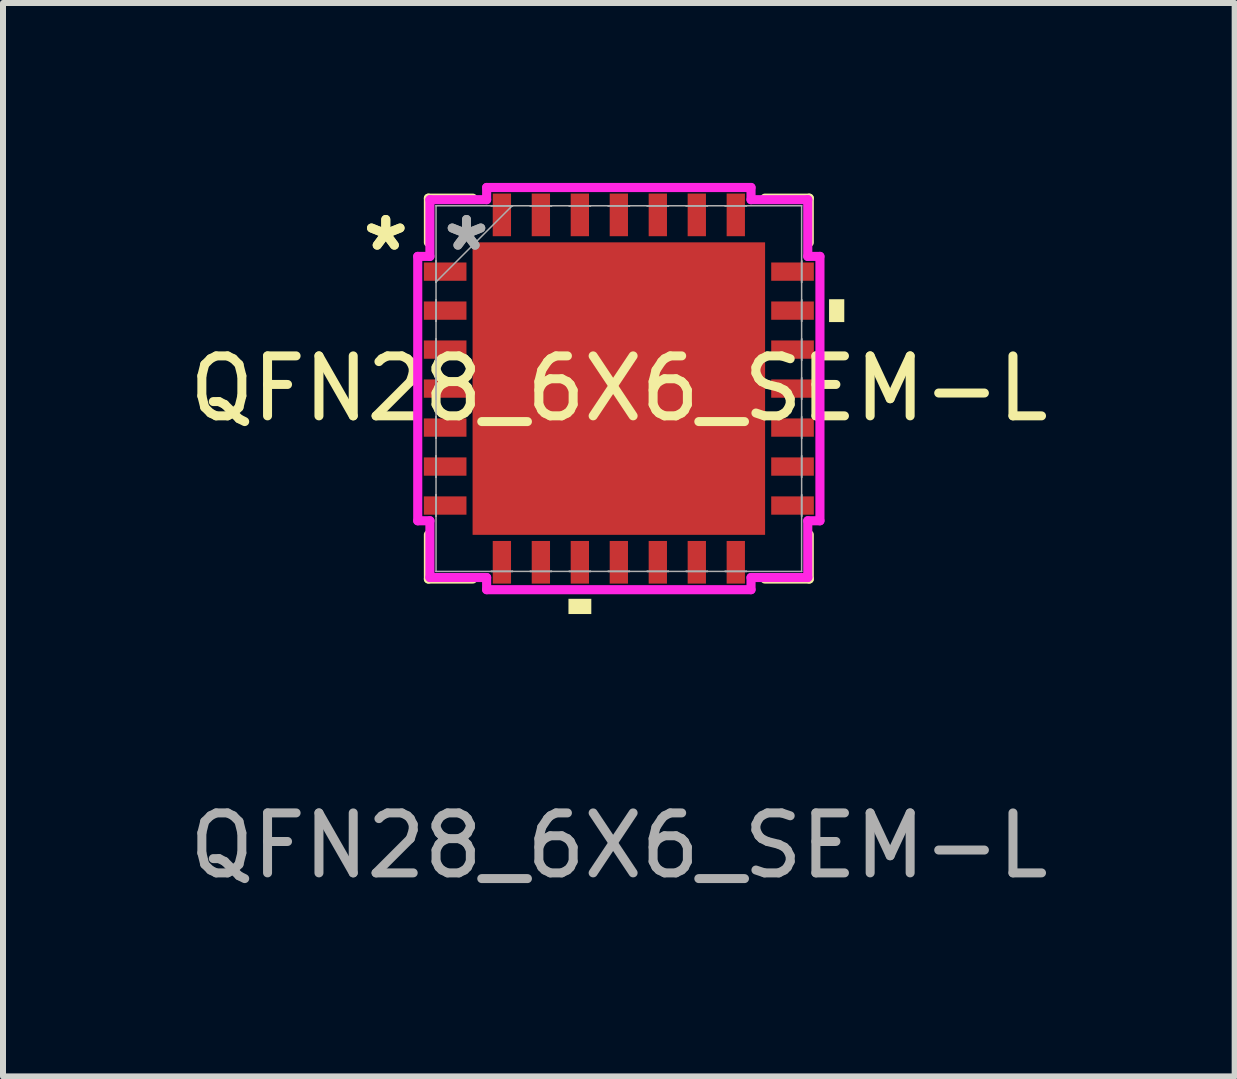
<source format=kicad_pcb>
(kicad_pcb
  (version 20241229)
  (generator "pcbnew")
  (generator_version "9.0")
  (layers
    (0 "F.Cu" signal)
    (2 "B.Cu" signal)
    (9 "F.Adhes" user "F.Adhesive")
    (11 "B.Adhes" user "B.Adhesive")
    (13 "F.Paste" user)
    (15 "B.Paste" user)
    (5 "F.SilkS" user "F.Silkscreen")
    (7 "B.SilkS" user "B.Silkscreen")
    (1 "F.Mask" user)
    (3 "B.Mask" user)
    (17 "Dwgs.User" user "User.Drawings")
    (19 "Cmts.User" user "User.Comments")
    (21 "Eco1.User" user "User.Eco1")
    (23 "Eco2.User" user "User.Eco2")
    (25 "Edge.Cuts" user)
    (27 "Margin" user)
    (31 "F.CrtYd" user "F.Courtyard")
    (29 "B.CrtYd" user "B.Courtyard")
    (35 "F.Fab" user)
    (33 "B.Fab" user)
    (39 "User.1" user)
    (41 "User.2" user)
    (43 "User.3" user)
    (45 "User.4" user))
  (footprint "QFN28_6X6_SEM-L"
    (layer "F.Cu")
    (at 7.268 3.429)
    (property "Reference" "QFN28_6X6_SEM-L" (at 0 0 0) (unlocked yes) (layer "F.SilkS") (effects (font (size 1 1) (thickness 0.15))))
    (attr smd)
    (fp_line (start -3.175 -3.175) (end -3.175 -2.435) (stroke (width 0.152) (type solid)) (layer "F.SilkS"))
    (fp_line (start -3.175 2.435) (end -3.175 3.175) (stroke (width 0.152) (type solid)) (layer "F.SilkS"))
    (fp_line (start -3.175 3.175) (end -2.435 3.175) (stroke (width 0.152) (type solid)) (layer "F.SilkS"))
    (fp_line (start -2.435 -3.175) (end -3.175 -3.175) (stroke (width 0.152) (type solid)) (layer "F.SilkS"))
    (fp_line (start 2.435 3.175) (end 3.175 3.175) (stroke (width 0.152) (type solid)) (layer "F.SilkS"))
    (fp_line (start 3.175 -3.175) (end 2.435 -3.175) (stroke (width 0.152) (type solid)) (layer "F.SilkS"))
    (fp_line (start 3.175 -2.435) (end 3.175 -3.175) (stroke (width 0.152) (type solid)) (layer "F.SilkS"))
    (fp_line (start 3.175 3.175) (end 3.175 2.435) (stroke (width 0.152) (type solid)) (layer "F.SilkS"))
    (fp_poly (pts (xy -0.84 3.505) (xy -0.84 3.759) (xy -0.459 3.759) (xy -0.459 3.505)) (stroke (width 0) (type solid)) (fill yes) (layer "F.SilkS"))
    (fp_poly (pts (xy 3.759 -1.49) (xy 3.759 -1.109) (xy 3.505 -1.109) (xy 3.505 -1.49)) (stroke (width 0) (type solid)) (fill yes) (layer "F.SilkS"))
    (fp_poly (pts (xy -2.338 -2.338) (xy -2.338 -0.913) (xy -0.913 -0.913) (xy -0.913 -2.338)) (stroke (width 0) (type solid)) (fill yes) (layer "F.Paste"))
    (fp_poly (pts (xy -2.338 -0.713) (xy -2.338 0.713) (xy -0.913 0.713) (xy -0.913 -0.713)) (stroke (width 0) (type solid)) (fill yes) (layer "F.Paste"))
    (fp_poly (pts (xy -2.338 0.913) (xy -2.338 2.338) (xy -0.913 2.338) (xy -0.913 0.913)) (stroke (width 0) (type solid)) (fill yes) (layer "F.Paste"))
    (fp_poly (pts (xy -0.713 -2.338) (xy -0.713 -0.913) (xy 0.713 -0.913) (xy 0.713 -2.338)) (stroke (width 0) (type solid)) (fill yes) (layer "F.Paste"))
    (fp_poly (pts (xy -0.713 -0.713) (xy -0.713 0.713) (xy 0.713 0.713) (xy 0.713 -0.713)) (stroke (width 0) (type solid)) (fill yes) (layer "F.Paste"))
    (fp_poly (pts (xy -0.713 0.913) (xy -0.713 2.338) (xy 0.713 2.338) (xy 0.713 0.913)) (stroke (width 0) (type solid)) (fill yes) (layer "F.Paste"))
    (fp_poly (pts (xy 0.913 -2.338) (xy 0.913 -0.913) (xy 2.338 -0.913) (xy 2.338 -2.338)) (stroke (width 0) (type solid)) (fill yes) (layer "F.Paste"))
    (fp_poly (pts (xy 0.913 -0.713) (xy 0.913 0.713) (xy 2.338 0.713) (xy 2.338 -0.713)) (stroke (width 0) (type solid)) (fill yes) (layer "F.Paste"))
    (fp_poly (pts (xy 0.913 0.913) (xy 0.913 2.338) (xy 2.338 2.338) (xy 2.338 0.913)) (stroke (width 0) (type solid)) (fill yes) (layer "F.Paste"))
    (fp_line (start -3.353 -2.204) (end -3.15 -2.204) (stroke (width 0.152) (type solid)) (layer "F.CrtYd"))
    (fp_line (start -3.353 2.204) (end -3.353 -2.204) (stroke (width 0.152) (type solid)) (layer "F.CrtYd"))
    (fp_line (start -3.15 -3.15) (end -2.204 -3.15) (stroke (width 0.152) (type solid)) (layer "F.CrtYd"))
    (fp_line (start -3.15 -2.204) (end -3.15 -3.15) (stroke (width 0.152) (type solid)) (layer "F.CrtYd"))
    (fp_line (start -3.15 2.204) (end -3.353 2.204) (stroke (width 0.152) (type solid)) (layer "F.CrtYd"))
    (fp_line (start -3.15 3.15) (end -3.15 2.204) (stroke (width 0.152) (type solid)) (layer "F.CrtYd"))
    (fp_line (start -2.204 -3.353) (end 2.204 -3.353) (stroke (width 0.152) (type solid)) (layer "F.CrtYd"))
    (fp_line (start -2.204 -3.15) (end -2.204 -3.353) (stroke (width 0.152) (type solid)) (layer "F.CrtYd"))
    (fp_line (start -2.204 3.15) (end -3.15 3.15) (stroke (width 0.152) (type solid)) (layer "F.CrtYd"))
    (fp_line (start -2.204 3.353) (end -2.204 3.15) (stroke (width 0.152) (type solid)) (layer "F.CrtYd"))
    (fp_line (start 2.204 -3.353) (end 2.204 -3.15) (stroke (width 0.152) (type solid)) (layer "F.CrtYd"))
    (fp_line (start 2.204 -3.15) (end 3.15 -3.15) (stroke (width 0.152) (type solid)) (layer "F.CrtYd"))
    (fp_line (start 2.204 3.15) (end 2.204 3.353) (stroke (width 0.152) (type solid)) (layer "F.CrtYd"))
    (fp_line (start 2.204 3.353) (end -2.204 3.353) (stroke (width 0.152) (type solid)) (layer "F.CrtYd"))
    (fp_line (start 3.15 -3.15) (end 3.15 -2.204) (stroke (width 0.152) (type solid)) (layer "F.CrtYd"))
    (fp_line (start 3.15 -2.204) (end 3.353 -2.204) (stroke (width 0.152) (type solid)) (layer "F.CrtYd"))
    (fp_line (start 3.15 2.204) (end 3.15 3.15) (stroke (width 0.152) (type solid)) (layer "F.CrtYd"))
    (fp_line (start 3.15 3.15) (end 2.204 3.15) (stroke (width 0.152) (type solid)) (layer "F.CrtYd"))
    (fp_line (start 3.353 -2.204) (end 3.353 2.204) (stroke (width 0.152) (type solid)) (layer "F.CrtYd"))
    (fp_line (start 3.353 2.204) (end 3.15 2.204) (stroke (width 0.152) (type solid)) (layer "F.CrtYd"))
    (fp_line (start -3.048 -3.048) (end -3.048 -3.048) (stroke (width 0.025) (type solid)) (layer "F.Fab"))
    (fp_line (start -3.048 -3.048) (end -3.048 3.048) (stroke (width 0.025) (type solid)) (layer "F.Fab"))
    (fp_line (start -3.048 -2.128) (end -3.048 -2.128) (stroke (width 0.025) (type solid)) (layer "F.Fab"))
    (fp_line (start -3.048 -2.128) (end -3.048 -1.772) (stroke (width 0.025) (type solid)) (layer "F.Fab"))
    (fp_line (start -3.048 -1.778) (end -1.778 -3.048) (stroke (width 0.025) (type solid)) (layer "F.Fab"))
    (fp_line (start -3.048 -1.772) (end -3.048 -2.128) (stroke (width 0.025) (type solid)) (layer "F.Fab"))
    (fp_line (start -3.048 -1.772) (end -3.048 -1.772) (stroke (width 0.025) (type solid)) (layer "F.Fab"))
    (fp_line (start -3.048 -1.478) (end -3.048 -1.478) (stroke (width 0.025) (type solid)) (layer "F.Fab"))
    (fp_line (start -3.048 -1.478) (end -3.048 -1.122) (stroke (width 0.025) (type solid)) (layer "F.Fab"))
    (fp_line (start -3.048 -1.122) (end -3.048 -1.478) (stroke (width 0.025) (type solid)) (layer "F.Fab"))
    (fp_line (start -3.048 -1.122) (end -3.048 -1.122) (stroke (width 0.025) (type solid)) (layer "F.Fab"))
    (fp_line (start -3.048 -0.828) (end -3.048 -0.828) (stroke (width 0.025) (type solid)) (layer "F.Fab"))
    (fp_line (start -3.048 -0.828) (end -3.048 -0.472) (stroke (width 0.025) (type solid)) (layer "F.Fab"))
    (fp_line (start -3.048 -0.472) (end -3.048 -0.828) (stroke (width 0.025) (type solid)) (layer "F.Fab"))
    (fp_line (start -3.048 -0.472) (end -3.048 -0.472) (stroke (width 0.025) (type solid)) (layer "F.Fab"))
    (fp_line (start -3.048 -0.178) (end -3.048 -0.178) (stroke (width 0.025) (type solid)) (layer "F.Fab"))
    (fp_line (start -3.048 -0.178) (end -3.048 0.178) (stroke (width 0.025) (type solid)) (layer "F.Fab"))
    (fp_line (start -3.048 0.178) (end -3.048 -0.178) (stroke (width 0.025) (type solid)) (layer "F.Fab"))
    (fp_line (start -3.048 0.178) (end -3.048 0.178) (stroke (width 0.025) (type solid)) (layer "F.Fab"))
    (fp_line (start -3.048 0.472) (end -3.048 0.472) (stroke (width 0.025) (type solid)) (layer "F.Fab"))
    (fp_line (start -3.048 0.472) (end -3.048 0.828) (stroke (width 0.025) (type solid)) (layer "F.Fab"))
    (fp_line (start -3.048 0.828) (end -3.048 0.472) (stroke (width 0.025) (type solid)) (layer "F.Fab"))
    (fp_line (start -3.048 0.828) (end -3.048 0.828) (stroke (width 0.025) (type solid)) (layer "F.Fab"))
    (fp_line (start -3.048 1.122) (end -3.048 1.122) (stroke (width 0.025) (type solid)) (layer "F.Fab"))
    (fp_line (start -3.048 1.122) (end -3.048 1.478) (stroke (width 0.025) (type solid)) (layer "F.Fab"))
    (fp_line (start -3.048 1.478) (end -3.048 1.122) (stroke (width 0.025) (type solid)) (layer "F.Fab"))
    (fp_line (start -3.048 1.478) (end -3.048 1.478) (stroke (width 0.025) (type solid)) (layer "F.Fab"))
    (fp_line (start -3.048 1.772) (end -3.048 1.772) (stroke (width 0.025) (type solid)) (layer "F.Fab"))
    (fp_line (start -3.048 1.772) (end -3.048 2.128) (stroke (width 0.025) (type solid)) (layer "F.Fab"))
    (fp_line (start -3.048 2.128) (end -3.048 1.772) (stroke (width 0.025) (type solid)) (layer "F.Fab"))
    (fp_line (start -3.048 2.128) (end -3.048 2.128) (stroke (width 0.025) (type solid)) (layer "F.Fab"))
    (fp_line (start -3.048 3.048) (end -3.048 3.048) (stroke (width 0.025) (type solid)) (layer "F.Fab"))
    (fp_line (start -3.048 3.048) (end 3.048 3.048) (stroke (width 0.025) (type solid)) (layer "F.Fab"))
    (fp_line (start -2.128 -3.048) (end -2.128 -3.048) (stroke (width 0.025) (type solid)) (layer "F.Fab"))
    (fp_line (start -2.128 -3.048) (end -1.772 -3.048) (stroke (width 0.025) (type solid)) (layer "F.Fab"))
    (fp_line (start -2.128 3.048) (end -2.128 3.048) (stroke (width 0.025) (type solid)) (layer "F.Fab"))
    (fp_line (start -2.128 3.048) (end -1.772 3.048) (stroke (width 0.025) (type solid)) (layer "F.Fab"))
    (fp_line (start -1.772 -3.048) (end -2.128 -3.048) (stroke (width 0.025) (type solid)) (layer "F.Fab"))
    (fp_line (start -1.772 -3.048) (end -1.772 -3.048) (stroke (width 0.025) (type solid)) (layer "F.Fab"))
    (fp_line (start -1.772 3.048) (end -2.128 3.048) (stroke (width 0.025) (type solid)) (layer "F.Fab"))
    (fp_line (start -1.772 3.048) (end -1.772 3.048) (stroke (width 0.025) (type solid)) (layer "F.Fab"))
    (fp_line (start -1.478 -3.048) (end -1.478 -3.048) (stroke (width 0.025) (type solid)) (layer "F.Fab"))
    (fp_line (start -1.478 -3.048) (end -1.122 -3.048) (stroke (width 0.025) (type solid)) (layer "F.Fab"))
    (fp_line (start -1.478 3.048) (end -1.478 3.048) (stroke (width 0.025) (type solid)) (layer "F.Fab"))
    (fp_line (start -1.478 3.048) (end -1.122 3.048) (stroke (width 0.025) (type solid)) (layer "F.Fab"))
    (fp_line (start -1.122 -3.048) (end -1.478 -3.048) (stroke (width 0.025) (type solid)) (layer "F.Fab"))
    (fp_line (start -1.122 -3.048) (end -1.122 -3.048) (stroke (width 0.025) (type solid)) (layer "F.Fab"))
    (fp_line (start -1.122 3.048) (end -1.478 3.048) (stroke (width 0.025) (type solid)) (layer "F.Fab"))
    (fp_line (start -1.122 3.048) (end -1.122 3.048) (stroke (width 0.025) (type solid)) (layer "F.Fab"))
    (fp_line (start -0.828 -3.048) (end -0.828 -3.048) (stroke (width 0.025) (type solid)) (layer "F.Fab"))
    (fp_line (start -0.828 -3.048) (end -0.472 -3.048) (stroke (width 0.025) (type solid)) (layer "F.Fab"))
    (fp_line (start -0.828 3.048) (end -0.828 3.048) (stroke (width 0.025) (type solid)) (layer "F.Fab"))
    (fp_line (start -0.828 3.048) (end -0.472 3.048) (stroke (width 0.025) (type solid)) (layer "F.Fab"))
    (fp_line (start -0.472 -3.048) (end -0.828 -3.048) (stroke (width 0.025) (type solid)) (layer "F.Fab"))
    (fp_line (start -0.472 -3.048) (end -0.472 -3.048) (stroke (width 0.025) (type solid)) (layer "F.Fab"))
    (fp_line (start -0.472 3.048) (end -0.828 3.048) (stroke (width 0.025) (type solid)) (layer "F.Fab"))
    (fp_line (start -0.472 3.048) (end -0.472 3.048) (stroke (width 0.025) (type solid)) (layer "F.Fab"))
    (fp_line (start -0.178 -3.048) (end -0.178 -3.048) (stroke (width 0.025) (type solid)) (layer "F.Fab"))
    (fp_line (start -0.178 -3.048) (end 0.178 -3.048) (stroke (width 0.025) (type solid)) (layer "F.Fab"))
    (fp_line (start -0.178 3.048) (end -0.178 3.048) (stroke (width 0.025) (type solid)) (layer "F.Fab"))
    (fp_line (start -0.178 3.048) (end 0.178 3.048) (stroke (width 0.025) (type solid)) (layer "F.Fab"))
    (fp_line (start 0.178 -3.048) (end -0.178 -3.048) (stroke (width 0.025) (type solid)) (layer "F.Fab"))
    (fp_line (start 0.178 -3.048) (end 0.178 -3.048) (stroke (width 0.025) (type solid)) (layer "F.Fab"))
    (fp_line (start 0.178 3.048) (end -0.178 3.048) (stroke (width 0.025) (type solid)) (layer "F.Fab"))
    (fp_line (start 0.178 3.048) (end 0.178 3.048) (stroke (width 0.025) (type solid)) (layer "F.Fab"))
    (fp_line (start 0.472 -3.048) (end 0.472 -3.048) (stroke (width 0.025) (type solid)) (layer "F.Fab"))
    (fp_line (start 0.472 -3.048) (end 0.828 -3.048) (stroke (width 0.025) (type solid)) (layer "F.Fab"))
    (fp_line (start 0.472 3.048) (end 0.472 3.048) (stroke (width 0.025) (type solid)) (layer "F.Fab"))
    (fp_line (start 0.472 3.048) (end 0.828 3.048) (stroke (width 0.025) (type solid)) (layer "F.Fab"))
    (fp_line (start 0.828 -3.048) (end 0.472 -3.048) (stroke (width 0.025) (type solid)) (layer "F.Fab"))
    (fp_line (start 0.828 -3.048) (end 0.828 -3.048) (stroke (width 0.025) (type solid)) (layer "F.Fab"))
    (fp_line (start 0.828 3.048) (end 0.472 3.048) (stroke (width 0.025) (type solid)) (layer "F.Fab"))
    (fp_line (start 0.828 3.048) (end 0.828 3.048) (stroke (width 0.025) (type solid)) (layer "F.Fab"))
    (fp_line (start 1.122 -3.048) (end 1.122 -3.048) (stroke (width 0.025) (type solid)) (layer "F.Fab"))
    (fp_line (start 1.122 -3.048) (end 1.478 -3.048) (stroke (width 0.025) (type solid)) (layer "F.Fab"))
    (fp_line (start 1.122 3.048) (end 1.122 3.048) (stroke (width 0.025) (type solid)) (layer "F.Fab"))
    (fp_line (start 1.122 3.048) (end 1.478 3.048) (stroke (width 0.025) (type solid)) (layer "F.Fab"))
    (fp_line (start 1.478 -3.048) (end 1.122 -3.048) (stroke (width 0.025) (type solid)) (layer "F.Fab"))
    (fp_line (start 1.478 -3.048) (end 1.478 -3.048) (stroke (width 0.025) (type solid)) (layer "F.Fab"))
    (fp_line (start 1.478 3.048) (end 1.122 3.048) (stroke (width 0.025) (type solid)) (layer "F.Fab"))
    (fp_line (start 1.478 3.048) (end 1.478 3.048) (stroke (width 0.025) (type solid)) (layer "F.Fab"))
    (fp_line (start 1.772 -3.048) (end 1.772 -3.048) (stroke (width 0.025) (type solid)) (layer "F.Fab"))
    (fp_line (start 1.772 -3.048) (end 2.128 -3.048) (stroke (width 0.025) (type solid)) (layer "F.Fab"))
    (fp_line (start 1.772 3.048) (end 1.772 3.048) (stroke (width 0.025) (type solid)) (layer "F.Fab"))
    (fp_line (start 1.772 3.048) (end 2.128 3.048) (stroke (width 0.025) (type solid)) (layer "F.Fab"))
    (fp_line (start 2.128 -3.048) (end 1.772 -3.048) (stroke (width 0.025) (type solid)) (layer "F.Fab"))
    (fp_line (start 2.128 -3.048) (end 2.128 -3.048) (stroke (width 0.025) (type solid)) (layer "F.Fab"))
    (fp_line (start 2.128 3.048) (end 1.772 3.048) (stroke (width 0.025) (type solid)) (layer "F.Fab"))
    (fp_line (start 2.128 3.048) (end 2.128 3.048) (stroke (width 0.025) (type solid)) (layer "F.Fab"))
    (fp_line (start 3.048 -3.048) (end -3.048 -3.048) (stroke (width 0.025) (type solid)) (layer "F.Fab"))
    (fp_line (start 3.048 -3.048) (end 3.048 -3.048) (stroke (width 0.025) (type solid)) (layer "F.Fab"))
    (fp_line (start 3.048 -2.128) (end 3.048 -2.128) (stroke (width 0.025) (type solid)) (layer "F.Fab"))
    (fp_line (start 3.048 -2.128) (end 3.048 -1.772) (stroke (width 0.025) (type solid)) (layer "F.Fab"))
    (fp_line (start 3.048 -1.772) (end 3.048 -2.128) (stroke (width 0.025) (type solid)) (layer "F.Fab"))
    (fp_line (start 3.048 -1.772) (end 3.048 -1.772) (stroke (width 0.025) (type solid)) (layer "F.Fab"))
    (fp_line (start 3.048 -1.478) (end 3.048 -1.478) (stroke (width 0.025) (type solid)) (layer "F.Fab"))
    (fp_line (start 3.048 -1.478) (end 3.048 -1.122) (stroke (width 0.025) (type solid)) (layer "F.Fab"))
    (fp_line (start 3.048 -1.122) (end 3.048 -1.478) (stroke (width 0.025) (type solid)) (layer "F.Fab"))
    (fp_line (start 3.048 -1.122) (end 3.048 -1.122) (stroke (width 0.025) (type solid)) (layer "F.Fab"))
    (fp_line (start 3.048 -0.828) (end 3.048 -0.828) (stroke (width 0.025) (type solid)) (layer "F.Fab"))
    (fp_line (start 3.048 -0.828) (end 3.048 -0.472) (stroke (width 0.025) (type solid)) (layer "F.Fab"))
    (fp_line (start 3.048 -0.472) (end 3.048 -0.828) (stroke (width 0.025) (type solid)) (layer "F.Fab"))
    (fp_line (start 3.048 -0.472) (end 3.048 -0.472) (stroke (width 0.025) (type solid)) (layer "F.Fab"))
    (fp_line (start 3.048 -0.178) (end 3.048 -0.178) (stroke (width 0.025) (type solid)) (layer "F.Fab"))
    (fp_line (start 3.048 -0.178) (end 3.048 0.178) (stroke (width 0.025) (type solid)) (layer "F.Fab"))
    (fp_line (start 3.048 0.178) (end 3.048 -0.178) (stroke (width 0.025) (type solid)) (layer "F.Fab"))
    (fp_line (start 3.048 0.178) (end 3.048 0.178) (stroke (width 0.025) (type solid)) (layer "F.Fab"))
    (fp_line (start 3.048 0.472) (end 3.048 0.472) (stroke (width 0.025) (type solid)) (layer "F.Fab"))
    (fp_line (start 3.048 0.472) (end 3.048 0.828) (stroke (width 0.025) (type solid)) (layer "F.Fab"))
    (fp_line (start 3.048 0.828) (end 3.048 0.472) (stroke (width 0.025) (type solid)) (layer "F.Fab"))
    (fp_line (start 3.048 0.828) (end 3.048 0.828) (stroke (width 0.025) (type solid)) (layer "F.Fab"))
    (fp_line (start 3.048 1.122) (end 3.048 1.122) (stroke (width 0.025) (type solid)) (layer "F.Fab"))
    (fp_line (start 3.048 1.122) (end 3.048 1.478) (stroke (width 0.025) (type solid)) (layer "F.Fab"))
    (fp_line (start 3.048 1.478) (end 3.048 1.122) (stroke (width 0.025) (type solid)) (layer "F.Fab"))
    (fp_line (start 3.048 1.478) (end 3.048 1.478) (stroke (width 0.025) (type solid)) (layer "F.Fab"))
    (fp_line (start 3.048 1.772) (end 3.048 1.772) (stroke (width 0.025) (type solid)) (layer "F.Fab"))
    (fp_line (start 3.048 1.772) (end 3.048 2.128) (stroke (width 0.025) (type solid)) (layer "F.Fab"))
    (fp_line (start 3.048 2.128) (end 3.048 1.772) (stroke (width 0.025) (type solid)) (layer "F.Fab"))
    (fp_line (start 3.048 2.128) (end 3.048 2.128) (stroke (width 0.025) (type solid)) (layer "F.Fab"))
    (fp_line (start 3.048 3.048) (end 3.048 -3.048) (stroke (width 0.025) (type solid)) (layer "F.Fab"))
    (fp_line (start 3.048 3.048) (end 3.048 3.048) (stroke (width 0.025) (type solid)) (layer "F.Fab"))
    (fp_text user "*" (at -3.886 -2.275 0) (layer "F.SilkS") (effects (font (size 1 1) (thickness 0.15))))
    (fp_text user "*" (at -3.886 -2.275 0) (unlocked yes) (layer "F.SilkS") (effects (font (size 1 1) (thickness 0.15))))
    (fp_text user "*" (at -2.54 -2.275 0) (layer "F.Fab") (effects (font (size 1 1) (thickness 0.15))))
    (fp_text user "${REFERENCE}" (at 0 7.62 0) (unlocked yes) (layer "F.Fab") (effects (font (size 1 1) (thickness 0.15))))
    (fp_text user "*" (at -2.54 -2.275 0) (unlocked yes) (layer "F.Fab") (effects (font (size 1 1) (thickness 0.15))))
    (pad "1" smd rect (at -2.896 -1.95 90) (size 0.305 0.711) (layers "F.Cu" "F.Mask" "F.Paste"))
    (pad "2" smd rect (at -2.896 -1.3 90) (size 0.305 0.711) (layers "F.Cu" "F.Mask" "F.Paste"))
    (pad "3" smd rect (at -2.896 -0.65 90) (size 0.305 0.711) (layers "F.Cu" "F.Mask" "F.Paste"))
    (pad "4" smd rect (at -2.896 0 90) (size 0.305 0.711) (layers "F.Cu" "F.Mask" "F.Paste"))
    (pad "5" smd rect (at -2.896 0.65 90) (size 0.305 0.711) (layers "F.Cu" "F.Mask" "F.Paste"))
    (pad "6" smd rect (at -2.896 1.3 90) (size 0.305 0.711) (layers "F.Cu" "F.Mask" "F.Paste"))
    (pad "7" smd rect (at -2.896 1.95 90) (size 0.305 0.711) (layers "F.Cu" "F.Mask" "F.Paste"))
    (pad "8" smd rect (at -1.95 2.896) (size 0.305 0.711) (layers "F.Cu" "F.Mask" "F.Paste"))
    (pad "9" smd rect (at -1.3 2.896) (size 0.305 0.711) (layers "F.Cu" "F.Mask" "F.Paste"))
    (pad "10" smd rect (at -0.65 2.896) (size 0.305 0.711) (layers "F.Cu" "F.Mask" "F.Paste"))
    (pad "11" smd rect (at 0 2.896) (size 0.305 0.711) (layers "F.Cu" "F.Mask" "F.Paste"))
    (pad "12" smd rect (at 0.65 2.896) (size 0.305 0.711) (layers "F.Cu" "F.Mask" "F.Paste"))
    (pad "13" smd rect (at 1.3 2.896) (size 0.305 0.711) (layers "F.Cu" "F.Mask" "F.Paste"))
    (pad "14" smd rect (at 1.95 2.896) (size 0.305 0.711) (layers "F.Cu" "F.Mask" "F.Paste"))
    (pad "15" smd rect (at 2.896 1.95 90) (size 0.305 0.711) (layers "F.Cu" "F.Mask" "F.Paste"))
    (pad "16" smd rect (at 2.896 1.3 90) (size 0.305 0.711) (layers "F.Cu" "F.Mask" "F.Paste"))
    (pad "17" smd rect (at 2.896 0.65 90) (size 0.305 0.711) (layers "F.Cu" "F.Mask" "F.Paste"))
    (pad "18" smd rect (at 2.896 0 90) (size 0.305 0.711) (layers "F.Cu" "F.Mask" "F.Paste"))
    (pad "19" smd rect (at 2.896 -0.65 90) (size 0.305 0.711) (layers "F.Cu" "F.Mask" "F.Paste"))
    (pad "20" smd rect (at 2.896 -1.3 90) (size 0.305 0.711) (layers "F.Cu" "F.Mask" "F.Paste"))
    (pad "21" smd rect (at 2.896 -1.95 90) (size 0.305 0.711) (layers "F.Cu" "F.Mask" "F.Paste"))
    (pad "22" smd rect (at 1.95 -2.896) (size 0.305 0.711) (layers "F.Cu" "F.Mask" "F.Paste"))
    (pad "23" smd rect (at 1.3 -2.896) (size 0.305 0.711) (layers "F.Cu" "F.Mask" "F.Paste"))
    (pad "24" smd rect (at 0.65 -2.896) (size 0.305 0.711) (layers "F.Cu" "F.Mask" "F.Paste"))
    (pad "25" smd rect (at 0 -2.896) (size 0.305 0.711) (layers "F.Cu" "F.Mask" "F.Paste"))
    (pad "26" smd rect (at -0.65 -2.896) (size 0.305 0.711) (layers "F.Cu" "F.Mask" "F.Paste"))
    (pad "27" smd rect (at -1.3 -2.896) (size 0.305 0.711) (layers "F.Cu" "F.Mask" "F.Paste"))
    (pad "28" smd rect (at -1.95 -2.896) (size 0.305 0.711) (layers "F.Cu" "F.Mask" "F.Paste"))
    (pad "29" smd rect (at 0 0) (size 4.877 4.877) (layers "F.Cu" "F.Mask")))
  (gr_rect
    (start -3 -3)
    (end 17.536 14.897)
    (stroke (width 0.1) (type default))
    (fill no)
    (layer "Edge.Cuts")))
</source>
